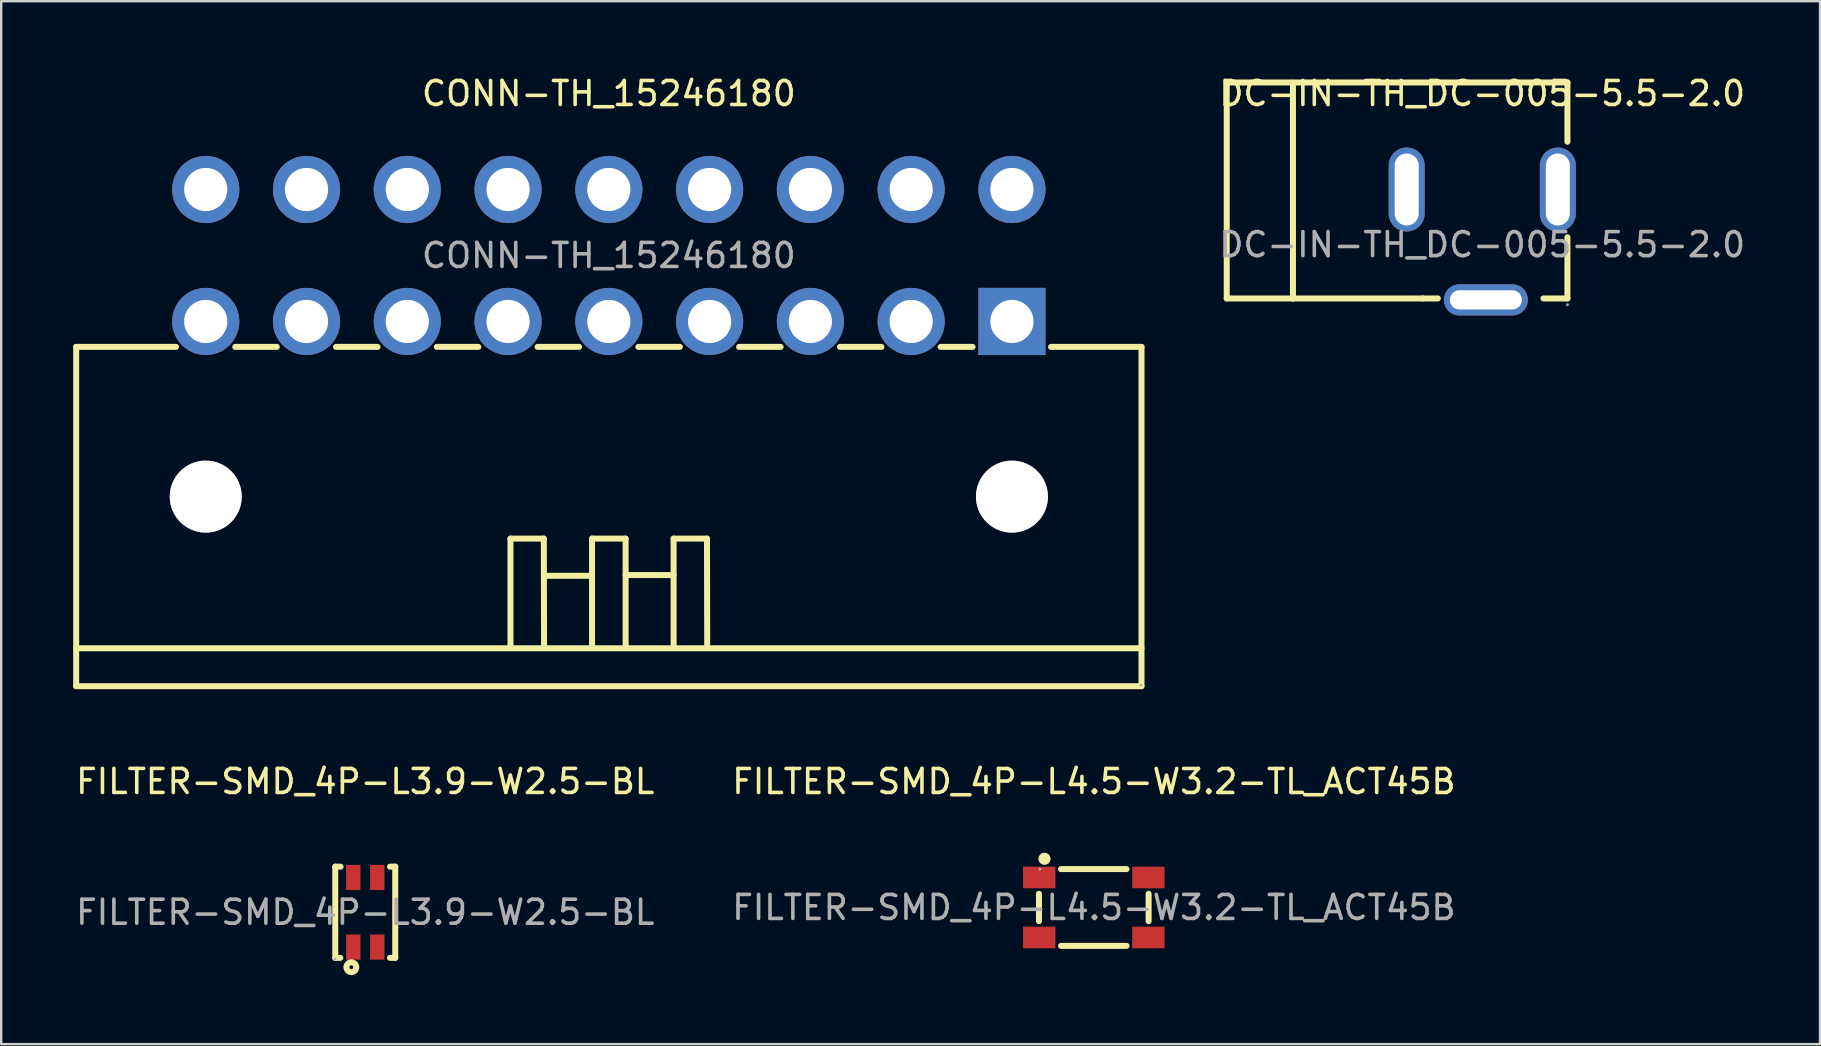
<source format=kicad_pcb>
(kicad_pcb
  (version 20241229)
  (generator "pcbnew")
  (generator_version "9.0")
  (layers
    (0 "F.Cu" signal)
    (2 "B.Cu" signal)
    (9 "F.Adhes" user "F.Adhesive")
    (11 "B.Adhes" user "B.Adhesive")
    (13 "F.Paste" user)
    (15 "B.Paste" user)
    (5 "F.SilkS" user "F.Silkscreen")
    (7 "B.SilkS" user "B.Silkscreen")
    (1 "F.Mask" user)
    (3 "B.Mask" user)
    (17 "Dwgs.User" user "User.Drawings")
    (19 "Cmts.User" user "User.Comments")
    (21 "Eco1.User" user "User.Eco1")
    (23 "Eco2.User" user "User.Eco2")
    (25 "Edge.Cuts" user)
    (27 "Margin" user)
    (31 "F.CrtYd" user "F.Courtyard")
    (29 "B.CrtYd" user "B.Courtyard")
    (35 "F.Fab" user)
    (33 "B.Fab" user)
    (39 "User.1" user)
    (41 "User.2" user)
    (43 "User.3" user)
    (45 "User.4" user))
  (footprint "FILTER-SMD_4P-L3.9-W2.5-BL"
    (layer "F.Cu")
    (at 12.173 34.971)
    (property "Reference" "FILTER-SMD_4P-L3.9-W2.5-BL" (at 0 -5.45 0) (layer "F.SilkS") (effects (font (size 1 1) (thickness 0.15))))
    (attr smd)
    (fp_line (start -1.25 -1.9) (end -1.03 -1.9) (stroke (width 0.25) (type solid)) (layer "F.SilkS"))
    (fp_line (start -1.25 1.9) (end -1.25 -1.9) (stroke (width 0.25) (type solid)) (layer "F.SilkS"))
    (fp_line (start -1.04 1.9) (end -1.25 1.9) (stroke (width 0.25) (type solid)) (layer "F.SilkS"))
    (fp_line (start 1.03 -1.9) (end 1.25 -1.9) (stroke (width 0.25) (type solid)) (layer "F.SilkS"))
    (fp_line (start 1.25 -1.9) (end 1.25 1.9) (stroke (width 0.25) (type solid)) (layer "F.SilkS"))
    (fp_line (start 1.25 1.9) (end 1.03 1.9) (stroke (width 0.25) (type solid)) (layer "F.SilkS"))
    (fp_circle (center -0.58 2.29) (end -0.5 2.29) (stroke (width 0.25) (type solid)) (fill no) (layer "F.SilkS"))
    (fp_circle (center -1.25 1.95) (end -1.22 1.95) (stroke (width 0.06) (type solid)) (fill no) (layer "F.Fab"))
    (fp_text user "${REFERENCE}" (at 0 0 0) (layer "F.Fab") (effects (font (size 1 1) (thickness 0.15))))
    (pad "1" smd rect (at -0.5 1.45 90) (size 1.05 0.6) (layers "F.Cu" "F.Mask" "F.Paste"))
    (pad "2" smd rect (at 0.5 1.45 90) (size 1.05 0.6) (layers "F.Cu" "F.Mask" "F.Paste"))
    (pad "3" smd rect (at 0.5 -1.45 90) (size 1.05 0.6) (layers "F.Cu" "F.Mask" "F.Paste"))
    (pad "4" smd rect (at -0.5 -1.45 90) (size 1.05 0.6) (layers "F.Cu" "F.Mask" "F.Paste")))
  (footprint "CONN-TH_15246180"
    (layer "F.Cu")
    (at 22.325 7.598)
    (property "Reference" "CONN-TH_15246180" (at 0 -6.75 0) (layer "F.SilkS") (effects (font (size 1 1) (thickness 0.15))))
    (attr through_hole)
    (fp_line (start -22.2 3.81) (end -18.04 3.81) (stroke (width 0.25) (type solid)) (layer "F.SilkS"))
    (fp_line (start -22.2 16.37) (end 22.2 16.37) (stroke (width 0.25) (type solid)) (layer "F.SilkS"))
    (fp_line (start -22.2 17.95) (end -22.2 3.81) (stroke (width 0.25) (type solid)) (layer "F.SilkS"))
    (fp_line (start -15.57 3.81) (end -13.84 3.81) (stroke (width 0.25) (type solid)) (layer "F.SilkS"))
    (fp_line (start -9.64 3.81) (end -11.37 3.81) (stroke (width 0.25) (type solid)) (layer "F.SilkS"))
    (fp_line (start -5.44 3.81) (end -7.17 3.81) (stroke (width 0.25) (type solid)) (layer "F.SilkS"))
    (fp_line (start -4.1 11.8) (end -2.71 11.8) (stroke (width 0.25) (type solid)) (layer "F.SilkS"))
    (fp_line (start -4.1 16.25) (end -4.1 11.8) (stroke (width 0.25) (type solid)) (layer "F.SilkS"))
    (fp_line (start -2.71 11.8) (end -2.7 16.26) (stroke (width 0.25) (type solid)) (layer "F.SilkS"))
    (fp_line (start -2.71 13.35) (end -0.7 13.35) (stroke (width 0.25) (type solid)) (layer "F.SilkS"))
    (fp_line (start -1.24 3.81) (end -2.97 3.81) (stroke (width 0.25) (type solid)) (layer "F.SilkS"))
    (fp_line (start -0.7 11.8) (end 0.7 11.8) (stroke (width 0.25) (type solid)) (layer "F.SilkS"))
    (fp_line (start -0.7 16.25) (end -0.7 11.8) (stroke (width 0.25) (type solid)) (layer "F.SilkS"))
    (fp_line (start 0.7 11.8) (end 0.7 16.26) (stroke (width 0.25) (type solid)) (layer "F.SilkS"))
    (fp_line (start 0.7 13.32) (end 2.7 13.32) (stroke (width 0.25) (type solid)) (layer "F.SilkS"))
    (fp_line (start 2.7 11.8) (end 4.09 11.8) (stroke (width 0.25) (type solid)) (layer "F.SilkS"))
    (fp_line (start 2.7 16.25) (end 2.7 11.8) (stroke (width 0.25) (type solid)) (layer "F.SilkS"))
    (fp_line (start 2.96 3.81) (end 1.23 3.81) (stroke (width 0.25) (type solid)) (layer "F.SilkS"))
    (fp_line (start 4.09 11.8) (end 4.1 16.26) (stroke (width 0.25) (type solid)) (layer "F.SilkS"))
    (fp_line (start 7.16 3.81) (end 5.43 3.81) (stroke (width 0.25) (type solid)) (layer "F.SilkS"))
    (fp_line (start 11.36 3.81) (end 9.63 3.81) (stroke (width 0.25) (type solid)) (layer "F.SilkS"))
    (fp_line (start 15.16 3.81) (end 13.83 3.81) (stroke (width 0.25) (type solid)) (layer "F.SilkS"))
    (fp_line (start 22.2 3.81) (end 18.43 3.81) (stroke (width 0.25) (type solid)) (layer "F.SilkS"))
    (fp_line (start 22.2 17.95) (end -22.2 17.95) (stroke (width 0.25) (type solid)) (layer "F.SilkS"))
    (fp_line (start 22.2 17.95) (end 22.2 3.81) (stroke (width 0.25) (type solid)) (layer "F.SilkS"))
    (fp_circle (center -16.8 -2.75) (end -16.55 -2.75) (stroke (width 0.5) (type solid)) (fill no) (layer "F.Fab"))
    (fp_circle (center -16.8 2.75) (end -16.55 2.75) (stroke (width 0.5) (type solid)) (fill no) (layer "F.Fab"))
    (fp_circle (center -12.6 -2.75) (end -12.35 -2.75) (stroke (width 0.5) (type solid)) (fill no) (layer "F.Fab"))
    (fp_circle (center -12.6 2.75) (end -12.35 2.75) (stroke (width 0.5) (type solid)) (fill no) (layer "F.Fab"))
    (fp_circle (center -8.4 -2.75) (end -8.15 -2.75) (stroke (width 0.5) (type solid)) (fill no) (layer "F.Fab"))
    (fp_circle (center -8.4 2.75) (end -8.15 2.75) (stroke (width 0.5) (type solid)) (fill no) (layer "F.Fab"))
    (fp_circle (center -4.2 -2.75) (end -3.95 -2.75) (stroke (width 0.5) (type solid)) (fill no) (layer "F.Fab"))
    (fp_circle (center -4.2 2.75) (end -3.95 2.75) (stroke (width 0.5) (type solid)) (fill no) (layer "F.Fab"))
    (fp_circle (center 0 -2.75) (end 0.25 -2.75) (stroke (width 0.5) (type solid)) (fill no) (layer "F.Fab"))
    (fp_circle (center 0 2.75) (end 0.25 2.75) (stroke (width 0.5) (type solid)) (fill no) (layer "F.Fab"))
    (fp_circle (center 4.2 -2.75) (end 4.45 -2.75) (stroke (width 0.5) (type solid)) (fill no) (layer "F.Fab"))
    (fp_circle (center 4.2 2.75) (end 4.45 2.75) (stroke (width 0.5) (type solid)) (fill no) (layer "F.Fab"))
    (fp_circle (center 8.4 -2.75) (end 8.65 -2.75) (stroke (width 0.5) (type solid)) (fill no) (layer "F.Fab"))
    (fp_circle (center 8.4 2.75) (end 8.65 2.75) (stroke (width 0.5) (type solid)) (fill no) (layer "F.Fab"))
    (fp_circle (center 12.6 -2.75) (end 12.85 -2.75) (stroke (width 0.5) (type solid)) (fill no) (layer "F.Fab"))
    (fp_circle (center 12.6 2.75) (end 12.85 2.75) (stroke (width 0.5) (type solid)) (fill no) (layer "F.Fab"))
    (fp_circle (center 16.8 -2.75) (end 17.05 -2.75) (stroke (width 0.5) (type solid)) (fill no) (layer "F.Fab"))
    (fp_circle (center 16.8 2.75) (end 17.05 2.75) (stroke (width 0.5) (type solid)) (fill no) (layer "F.Fab"))
    (fp_circle (center 22.17 17.91) (end 22.2 17.91) (stroke (width 0.06) (type solid)) (fill no) (layer "F.Fab"))
    (fp_text user "${REFERENCE}" (at 0 0 0) (layer "F.Fab") (effects (font (size 1 1) (thickness 0.15))))
    (pad "" thru_hole circle (at -16.8 10.05) (size 3 3) (drill 3) (layers "*.Cu" "*.Mask"))
    (pad "" thru_hole circle (at 16.8 10.05) (size 3 3) (drill 3) (layers "*.Cu" "*.Mask"))
    (pad "1" thru_hole rect (at 16.8 2.75) (size 2.8 2.8) (drill 1.8) (layers "*.Cu" "*.Mask"))
    (pad "2" thru_hole circle (at 12.6 2.75) (size 2.8 2.8) (drill 1.8) (layers "*.Cu" "*.Mask"))
    (pad "3" thru_hole circle (at 8.4 2.75) (size 2.8 2.8) (drill 1.8) (layers "*.Cu" "*.Mask"))
    (pad "4" thru_hole circle (at 4.2 2.75) (size 2.8 2.8) (drill 1.8) (layers "*.Cu" "*.Mask"))
    (pad "5" thru_hole circle (at 0 2.75) (size 2.8 2.8) (drill 1.8) (layers "*.Cu" "*.Mask"))
    (pad "6" thru_hole circle (at -4.2 2.75) (size 2.8 2.8) (drill 1.8) (layers "*.Cu" "*.Mask"))
    (pad "7" thru_hole circle (at -8.4 2.75) (size 2.8 2.8) (drill 1.8) (layers "*.Cu" "*.Mask"))
    (pad "8" thru_hole circle (at -12.6 2.75) (size 2.8 2.8) (drill 1.8) (layers "*.Cu" "*.Mask"))
    (pad "9" thru_hole circle (at -16.8 2.75) (size 2.8 2.8) (drill 1.8) (layers "*.Cu" "*.Mask"))
    (pad "10" thru_hole circle (at 16.8 -2.75) (size 2.8 2.8) (drill 1.8) (layers "*.Cu" "*.Mask"))
    (pad "11" thru_hole circle (at 12.6 -2.75) (size 2.8 2.8) (drill 1.8) (layers "*.Cu" "*.Mask"))
    (pad "12" thru_hole circle (at 8.4 -2.75) (size 2.8 2.8) (drill 1.8) (layers "*.Cu" "*.Mask"))
    (pad "13" thru_hole circle (at 4.2 -2.75) (size 2.8 2.8) (drill 1.8) (layers "*.Cu" "*.Mask"))
    (pad "14" thru_hole circle (at 0 -2.75) (size 2.8 2.8) (drill 1.8) (layers "*.Cu" "*.Mask"))
    (pad "15" thru_hole circle (at -4.2 -2.75) (size 2.8 2.8) (drill 1.8) (layers "*.Cu" "*.Mask"))
    (pad "16" thru_hole circle (at -8.4 -2.75) (size 2.8 2.8) (drill 1.8) (layers "*.Cu" "*.Mask"))
    (pad "17" thru_hole circle (at -12.6 -2.75) (size 2.8 2.8) (drill 1.8) (layers "*.Cu" "*.Mask"))
    (pad "18" thru_hole circle (at -16.8 -2.75) (size 2.8 2.8) (drill 1.8) (layers "*.Cu" "*.Mask")))
  (footprint "DC-IN-TH_DC-005-5.5-2.0"
    (layer "F.Cu")
    (at 58.727 7.148)
    (property "Reference" "DC-IN-TH_DC-005-5.5-2.0" (at 0 -6.3 0) (layer "F.SilkS") (effects (font (size 1 1) (thickness 0.15))))
    (attr through_hole)
    (fp_line (start -10.65 -6.76) (end 3.55 -6.76) (stroke (width 0.25) (type solid)) (layer "F.SilkS"))
    (fp_line (start -10.65 -6.75) (end -10.65 2.24) (stroke (width 0.25) (type solid)) (layer "F.SilkS"))
    (fp_line (start -10.65 2.24) (end -2.48 2.24) (stroke (width 0.25) (type solid)) (layer "F.SilkS"))
    (fp_line (start -7.89 -6.75) (end -7.89 2.25) (stroke (width 0.25) (type solid)) (layer "F.SilkS"))
    (fp_line (start -1.85 2.24) (end -2.48 2.24) (stroke (width 0.25) (type solid)) (layer "F.SilkS"))
    (fp_line (start 3.55 -6.76) (end 3.55 -4.29) (stroke (width 0.25) (type solid)) (layer "F.SilkS"))
    (fp_line (start 3.55 -0.31) (end 3.55 2.24) (stroke (width 0.25) (type solid)) (layer "F.SilkS"))
    (fp_line (start 3.55 2.24) (end 2.55 2.24) (stroke (width 0.25) (type solid)) (layer "F.SilkS"))
    (fp_circle (center 3.55 2.5) (end 3.58 2.5) (stroke (width 0.06) (type solid)) (fill no) (layer "F.Fab"))
    (fp_text user "${REFERENCE}" (at 0 0 0) (layer "F.Fab") (effects (font (size 1 1) (thickness 0.15))))
    (pad "2" thru_hole oval (at 0.15 2.3) (size 3.5 1.3) (drill oval 3 0.8) (layers "*.Cu" "*.Mask"))
    (pad "3" thru_hole oval (at -3.15 -2.3 270) (size 3.5 1.5) (drill oval 3 1) (layers "*.Cu" "*.Mask"))
    (pad "4" thru_hole oval (at 3.15 -2.3 90) (size 3.5 1.5) (drill oval 3 1) (layers "*.Cu" "*.Mask")))
  (footprint "FILTER-SMD_4P-L4.5-W3.2-TL_ACT45B"
    (layer "F.Cu")
    (at 42.542 34.772)
    (property "Reference" "FILTER-SMD_4P-L4.5-W3.2-TL_ACT45B" (at 0 -5.25 0) (layer "F.SilkS") (effects (font (size 1 1) (thickness 0.15))))
    (attr smd)
    (fp_line (start -2.29 -0.57) (end -2.29 0.57) (stroke (width 0.25) (type solid)) (layer "F.SilkS"))
    (fp_line (start -1.37 -1.6) (end 1.36 -1.6) (stroke (width 0.25) (type solid)) (layer "F.SilkS"))
    (fp_line (start -1.37 1.6) (end 1.36 1.6) (stroke (width 0.25) (type solid)) (layer "F.SilkS"))
    (fp_line (start 2.28 -0.57) (end 2.28 0.57) (stroke (width 0.25) (type solid)) (layer "F.SilkS"))
    (fp_circle (center -2.06 -2.03) (end -1.93 -2.03) (stroke (width 0.25) (type solid)) (fill no) (layer "F.SilkS"))
    (fp_circle (center -2.25 -1.6) (end -2.22 -1.6) (stroke (width 0.06) (type solid)) (fill no) (layer "F.Fab"))
    (fp_text user "${REFERENCE}" (at 0 0 0) (layer "F.Fab") (effects (font (size 1 1) (thickness 0.15))))
    (pad "1" smd rect (at -2.28 -1.25) (size 1.35 0.9) (layers "F.Cu" "F.Mask" "F.Paste"))
    (pad "2" smd rect (at -2.28 1.25) (size 1.35 0.9) (layers "F.Cu" "F.Mask" "F.Paste"))
    (pad "3" smd rect (at 2.27 1.25) (size 1.35 0.9) (layers "F.Cu" "F.Mask" "F.Paste"))
    (pad "4" smd rect (at 2.27 -1.25) (size 1.35 0.9) (layers "F.Cu" "F.Mask" "F.Paste")))
  (gr_rect
    (start -3 -3)
    (end 72.805 40.467)
    (stroke (width 0.1) (type default))
    (fill no)
    (layer "Edge.Cuts")))
</source>
